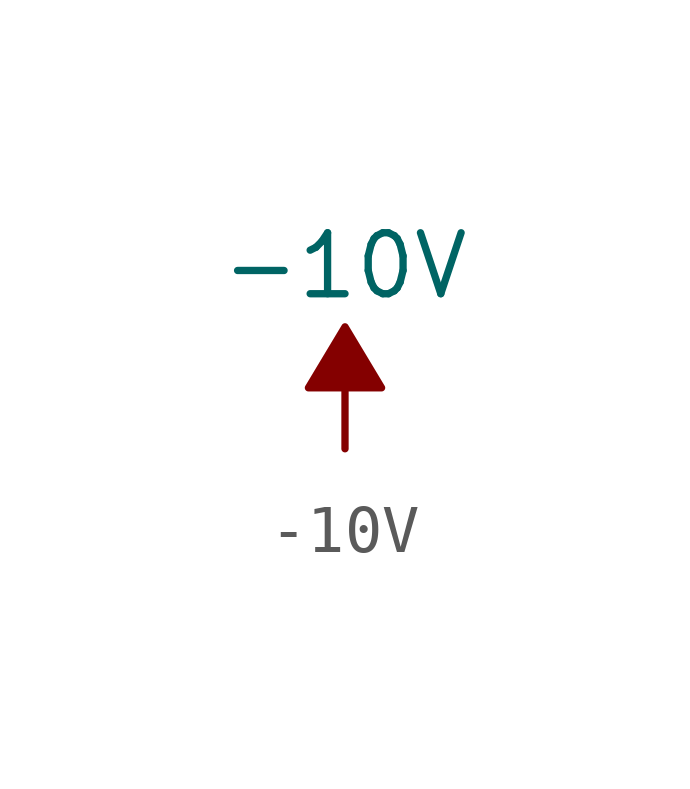
<source format=kicad_sym>
(kicad_symbol_lib
  (version 20231120)
  (generator "kicad_symbol_editor")
  (generator_version "8.0")
  (symbol "-10V"
    (power)
    (pin_numbers hide)
    (pin_names
      (offset 0) hide)
    (property "Reference" "#PWR"
      (at 0 2.54 0)
      (effects (font (size 1.27 1.27)) (hide yes)))
    (property "Value" "-10V"
      (at 0 3.81 0)
      (effects (font (size 1.27 1.27))))
    (symbol "-10V_0_0"
      (pin power_in line (at 0 0 90) (length 0) hide (name "-10V" (effects (font (size 1.27 1.27)))) (number "1" (effects (font (size 1.27 1.27))))))
    (symbol "-10V_0_1"
      (polyline (pts (xy 0 0) (xy 0 1.27) (xy 0.762 1.27) (xy 0 2.54) (xy -0.762 1.27) (xy 0 1.27)) (stroke (width 0) (type default)) (fill (type outline))))))
</source>
